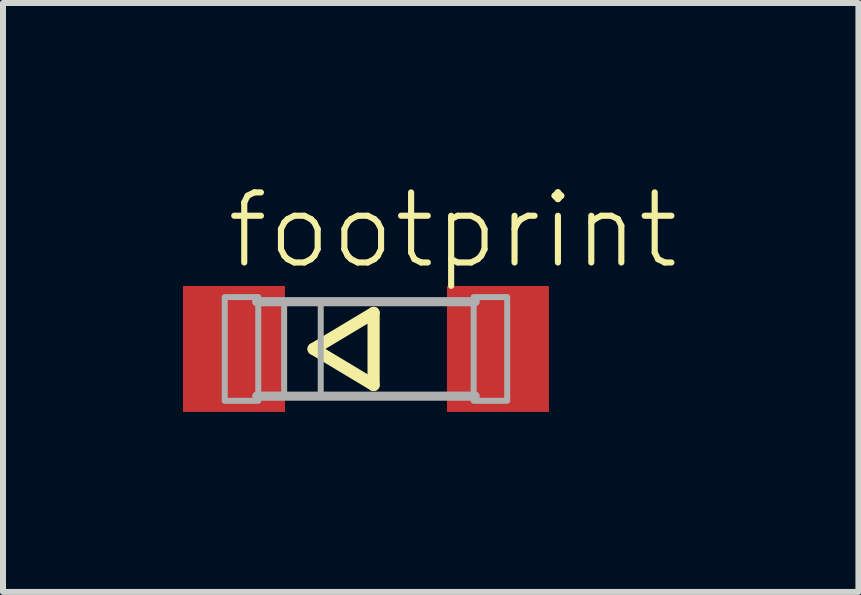
<source format=kicad_pcb>
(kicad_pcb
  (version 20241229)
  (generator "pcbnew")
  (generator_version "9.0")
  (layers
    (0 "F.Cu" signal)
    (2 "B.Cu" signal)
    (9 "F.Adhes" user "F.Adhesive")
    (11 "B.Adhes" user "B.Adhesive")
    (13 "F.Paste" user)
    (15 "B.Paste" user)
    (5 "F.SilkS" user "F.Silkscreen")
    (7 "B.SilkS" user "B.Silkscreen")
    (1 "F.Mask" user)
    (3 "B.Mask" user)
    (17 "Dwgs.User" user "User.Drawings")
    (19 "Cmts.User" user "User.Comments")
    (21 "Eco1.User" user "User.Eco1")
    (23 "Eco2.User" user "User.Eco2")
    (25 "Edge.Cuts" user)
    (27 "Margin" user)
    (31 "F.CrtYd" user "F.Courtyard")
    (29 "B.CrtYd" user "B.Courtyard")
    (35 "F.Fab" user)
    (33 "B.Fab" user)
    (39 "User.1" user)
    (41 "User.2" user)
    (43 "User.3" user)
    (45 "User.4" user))
  (footprint "footprint"
    (layer "F.Cu")
    (at 3.05 2.766)
    (property "Reference" "footprint" (at -2.374 -1.293 0) (layer "F.SilkS") (effects (font (size 1.168 1.168) (thickness 0.102)) (justify left bottom)))
    (fp_line (start -0.873 0) (end 0.127 0.6) (stroke (width 0.203) (type solid)) (layer "F.SilkS"))
    (fp_line (start 0.127 -0.6) (end -0.873 0) (stroke (width 0.203) (type solid)) (layer "F.SilkS"))
    (fp_line (start 0.127 0.6) (end 0.127 -0.6) (stroke (width 0.203) (type solid)) (layer "F.SilkS"))
    (fp_line (start 1.821 -0.787) (end -1.821 -0.787) (stroke (width 0.152) (type solid)) (layer "F.Fab"))
    (fp_line (start 1.821 0.787) (end -1.821 0.787) (stroke (width 0.152) (type solid)) (layer "F.Fab"))
    (fp_poly (pts (xy -2.354 0.864) (xy -1.795 0.864) (xy -1.795 -0.864) (xy -2.354 -0.864)) (stroke (width 0.1) (type solid)) (fill no) (layer "F.Fab"))
    (fp_poly (pts (xy -1.364 0.787) (xy -0.754 0.787) (xy -0.754 -0.787) (xy -1.364 -0.787)) (stroke (width 0.1) (type solid)) (fill no) (layer "F.Fab"))
    (fp_poly (pts (xy 1.795 0.864) (xy 2.354 0.864) (xy 2.354 -0.864) (xy 1.795 -0.864)) (stroke (width 0.1) (type solid)) (fill no) (layer "F.Fab"))
    (pad "A" smd rect (at 2.2 0) (size 1.7 2.1) (layers "F.Cu" "F.Mask" "F.Paste"))
    (pad "C" smd rect (at -2.2 0) (size 1.7 2.1) (layers "F.Cu" "F.Mask" "F.Paste")))
  (gr_rect
    (start -3 -3)
    (end 11.258 6.816)
    (stroke (width 0.1) (type default))
    (fill no)
    (layer "Edge.Cuts")))
</source>
